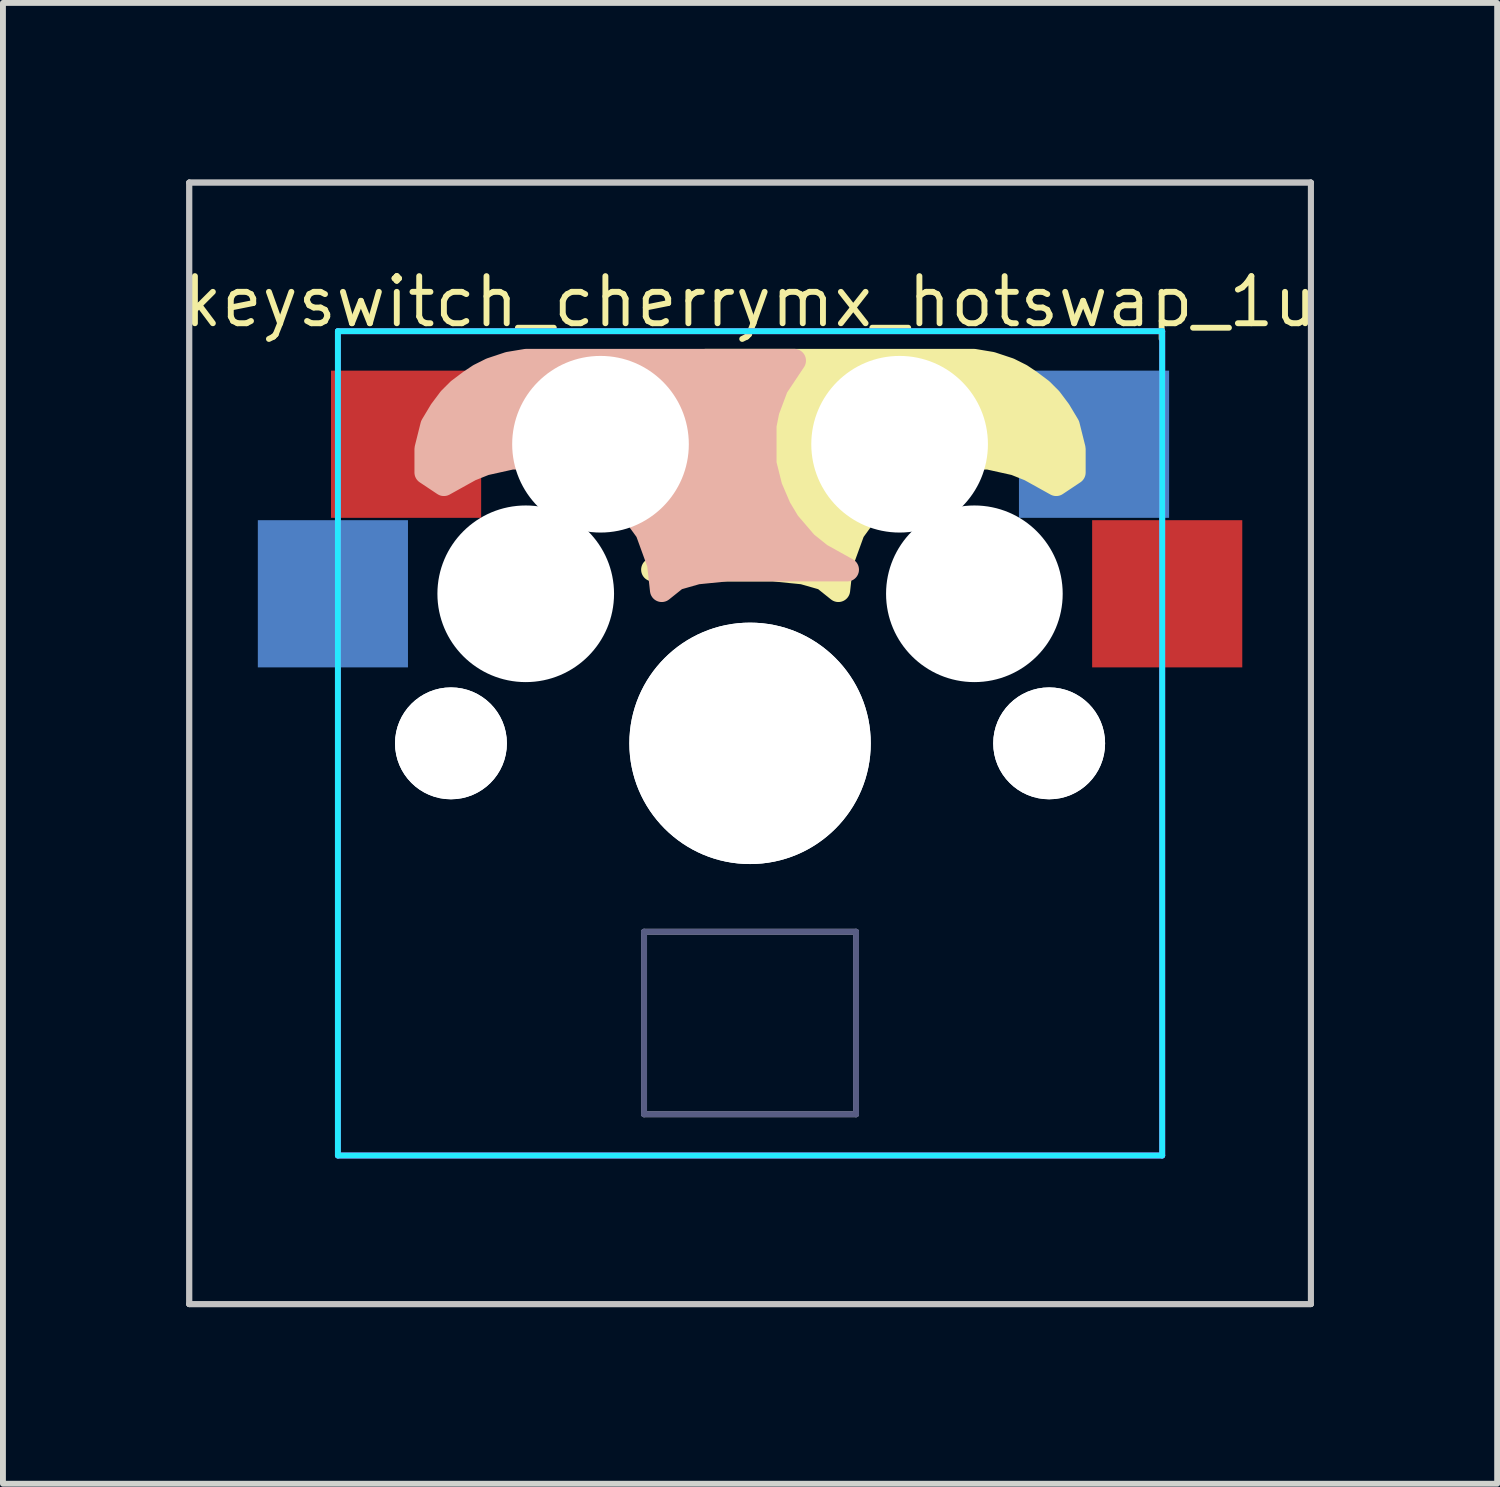
<source format=kicad_pcb>
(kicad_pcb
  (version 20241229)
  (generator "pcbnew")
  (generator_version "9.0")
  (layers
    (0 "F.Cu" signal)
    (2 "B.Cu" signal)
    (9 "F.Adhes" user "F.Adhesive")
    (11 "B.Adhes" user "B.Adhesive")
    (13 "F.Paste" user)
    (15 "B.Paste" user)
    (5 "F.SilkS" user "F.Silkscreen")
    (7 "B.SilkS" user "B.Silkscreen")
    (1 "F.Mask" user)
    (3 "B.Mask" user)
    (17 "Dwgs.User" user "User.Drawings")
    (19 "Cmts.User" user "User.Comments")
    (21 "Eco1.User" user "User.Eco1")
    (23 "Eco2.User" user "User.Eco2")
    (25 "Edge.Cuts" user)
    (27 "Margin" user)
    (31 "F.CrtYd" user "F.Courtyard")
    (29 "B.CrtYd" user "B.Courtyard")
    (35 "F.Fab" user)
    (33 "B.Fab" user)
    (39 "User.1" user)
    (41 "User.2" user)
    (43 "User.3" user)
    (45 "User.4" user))
  (footprint "keyswitch_cherrymx_hotswap_1u"
    (layer "F.Cu")
    (at 9.689 9.575)
    (property "Reference" "keyswitch_cherrymx_hotswap_1u" (at 0 -7.5 0) (layer "F.SilkS") (effects (font (size 0.8 0.8) (thickness 0.1) (bold yes))))
    (attr smd)
    (fp_poly (pts (xy 3.6 -6.5) (xy 3.8 -6.5) (xy 4.1 -6.45) (xy 4.4 -6.35) (xy 4.6 -6.25) (xy 4.75 -6.15) (xy 4.95 -6) (xy 5.1 -5.85) (xy 5.25 -5.65) (xy 5.4 -5.4) (xy 5.5 -5) (xy 5.5 -4.6) (xy 5.35 -4.5) (xy 5.2 -4.4) (xy 4.75 -4.65) (xy 4.5 -4.75) (xy 4.05 -4.85) (xy 3.55 -4.85) (xy 2.95 -4.7) (xy 2.45 -4.4) (xy 2.15 -4.15) (xy 1.75 -3.6) (xy 1.55 -3.05) (xy 1.5 -2.6) (xy 1.25 -2.8) (xy 0.9 -2.9) (xy 0.4 -2.95) (xy -1.65 -2.95) (xy -1.2 -3.2) (xy -0.95 -3.4) (xy -0.65 -3.75) (xy -0.5 -4) (xy -0.35 -4.35) (xy -0.25 -4.75) (xy -0.25 -5.05) (xy -0.25 -5.4) (xy -0.3 -5.65) (xy -0.45 -6.05) (xy -0.75 -6.5)) (stroke (width 0.4) (type solid)) (fill yes) (layer "F.SilkS"))
    (fp_poly (pts (xy -3.6 -6.5) (xy -3.8 -6.5) (xy -4.1 -6.45) (xy -4.4 -6.35) (xy -4.6 -6.25) (xy -4.75 -6.15) (xy -4.95 -6) (xy -5.1 -5.85) (xy -5.25 -5.65) (xy -5.4 -5.4) (xy -5.5 -5) (xy -5.5 -4.6) (xy -5.35 -4.5) (xy -5.2 -4.4) (xy -4.75 -4.65) (xy -4.5 -4.75) (xy -4.05 -4.85) (xy -3.55 -4.85) (xy -2.95 -4.7) (xy -2.45 -4.4) (xy -2.15 -4.15) (xy -1.75 -3.6) (xy -1.55 -3.05) (xy -1.5 -2.6) (xy -1.25 -2.8) (xy -0.9 -2.9) (xy -0.4 -2.95) (xy 1.65 -2.95) (xy 1.2 -3.2) (xy 0.95 -3.4) (xy 0.65 -3.75) (xy 0.5 -4) (xy 0.35 -4.35) (xy 0.25 -4.75) (xy 0.25 -5.05) (xy 0.25 -5.4) (xy 0.3 -5.65) (xy 0.45 -6.05) (xy 0.75 -6.5)) (stroke (width 0.4) (type solid)) (fill yes) (layer "B.SilkS"))
    (fp_line (start -9.525 -9.525) (end -9.525 9.525) (stroke (width 0.1) (type solid)) (layer "Dwgs.User"))
    (fp_line (start -9.525 -9.525) (end -9.525 9.525) (stroke (width 0.1) (type solid)) (layer "Dwgs.User"))
    (fp_line (start -9.525 9.525) (end 9.525 9.525) (stroke (width 0.1) (type solid)) (layer "Dwgs.User"))
    (fp_line (start -9.525 9.525) (end 9.525 9.525) (stroke (width 0.1) (type solid)) (layer "Dwgs.User"))
    (fp_line (start 9.525 -9.525) (end -9.525 -9.525) (stroke (width 0.1) (type solid)) (layer "Dwgs.User"))
    (fp_line (start 9.525 -9.525) (end -9.525 -9.525) (stroke (width 0.1) (type solid)) (layer "Dwgs.User"))
    (fp_line (start 9.525 9.525) (end 9.525 -9.525) (stroke (width 0.1) (type solid)) (layer "Dwgs.User"))
    (fp_line (start 9.525 9.525) (end 9.525 -9.525) (stroke (width 0.1) (type solid)) (layer "Dwgs.User"))
    (fp_line (start -7 7) (end -7 -7) (stroke (width 0.1) (type default)) (layer "B.CrtYd"))
    (fp_line (start 7 -7) (end -7 -7) (stroke (width 0.1) (type default)) (layer "B.CrtYd"))
    (fp_line (start 7 -7) (end 7 7) (stroke (width 0.1) (type default)) (layer "B.CrtYd"))
    (fp_line (start 7 7) (end -7 7) (stroke (width 0.1) (type default)) (layer "B.CrtYd"))
    (fp_line (start -7 7) (end -7 -7) (stroke (width 0.1) (type default)) (layer "F.CrtYd"))
    (fp_line (start 7 -7) (end -7 -7) (stroke (width 0.1) (type default)) (layer "F.CrtYd"))
    (fp_line (start 7 -7) (end 7 7) (stroke (width 0.1) (type default)) (layer "F.CrtYd"))
    (fp_line (start 7 7) (end -7 7) (stroke (width 0.1) (type default)) (layer "F.CrtYd"))
    (fp_line (start -1.8 3.2) (end -1.8 6.3) (stroke (width 0.1) (type default)) (layer "B.Fab"))
    (fp_line (start 1.8 3.2) (end -1.8 3.2) (stroke (width 0.1) (type default)) (layer "B.Fab"))
    (fp_line (start 1.8 3.2) (end 1.8 6.3) (stroke (width 0.1) (type default)) (layer "B.Fab"))
    (fp_line (start 1.8 6.3) (end -1.8 6.3) (stroke (width 0.1) (type default)) (layer "B.Fab"))
    (fp_line (start -1.8 6.3) (end -1.8 3.2) (stroke (width 0.1) (type default)) (layer "F.Fab"))
    (fp_line (start 1.8 3.2) (end -1.8 3.2) (stroke (width 0.1) (type default)) (layer "F.Fab"))
    (fp_line (start 1.8 6.3) (end -1.8 6.3) (stroke (width 0.1) (type default)) (layer "F.Fab"))
    (fp_line (start 1.8 6.3) (end 1.8 3.2) (stroke (width 0.1) (type default)) (layer "F.Fab"))
    (pad "" np_thru_hole circle (at -5.08 0) (size 1.9 1.9) (drill 1.9) (layers "*.Cu" "*.Mask"))
    (pad "" np_thru_hole circle (at -5.08 0) (size 1.9 1.9) (drill 1.9) (layers "*.Cu" "*.Mask"))
    (pad "" np_thru_hole circle (at -3.81 -2.54) (size 3 3) (drill 3) (layers "*.Cu" "*.Mask"))
    (pad "" np_thru_hole circle (at -2.54 -5.08) (size 3 3) (drill 3) (layers "*.Cu" "*.Mask"))
    (pad "" np_thru_hole circle (at 0 0 90) (size 4.1 4.1) (drill 4.1) (layers "*.Cu" "*.Mask"))
    (pad "" np_thru_hole circle (at 0 0 270) (size 4.1 4.1) (drill 4.1) (layers "*.Cu" "*.Mask"))
    (pad "" np_thru_hole circle (at 2.54 -5.08) (size 3 3) (drill 3) (layers "*.Cu" "*.Mask"))
    (pad "" np_thru_hole circle (at 3.81 -2.54) (size 3 3) (drill 3) (layers "*.Cu" "*.Mask"))
    (pad "" np_thru_hole circle (at 5.08 0) (size 1.9 1.9) (drill 1.9) (layers "*.Cu" "*.Mask"))
    (pad "" np_thru_hole circle (at 5.08 0) (size 1.9 1.9) (drill 1.9) (layers "*.Cu" "*.Mask"))
    (pad "1" smd rect (at -7.085 -2.54 180) (size 2.55 2.5) (layers "B.Cu" "B.Mask" "B.Paste"))
    (pad "1" smd rect (at 7.085 -2.54 180) (size 2.55 2.5) (layers "F.Cu" "F.Mask" "F.Paste"))
    (pad "2" smd rect (at -5.842 -5.08 180) (size 2.55 2.5) (layers "F.Cu" "F.Mask" "F.Paste"))
    (pad "2" smd rect (at 5.842 -5.08 180) (size 2.55 2.5) (layers "B.Cu" "B.Mask" "B.Paste")))
  (gr_rect
    (start -3 -3)
    (end 22.378 22.15)
    (stroke (width 0.1) (type default))
    (fill no)
    (layer "Edge.Cuts")))
</source>
